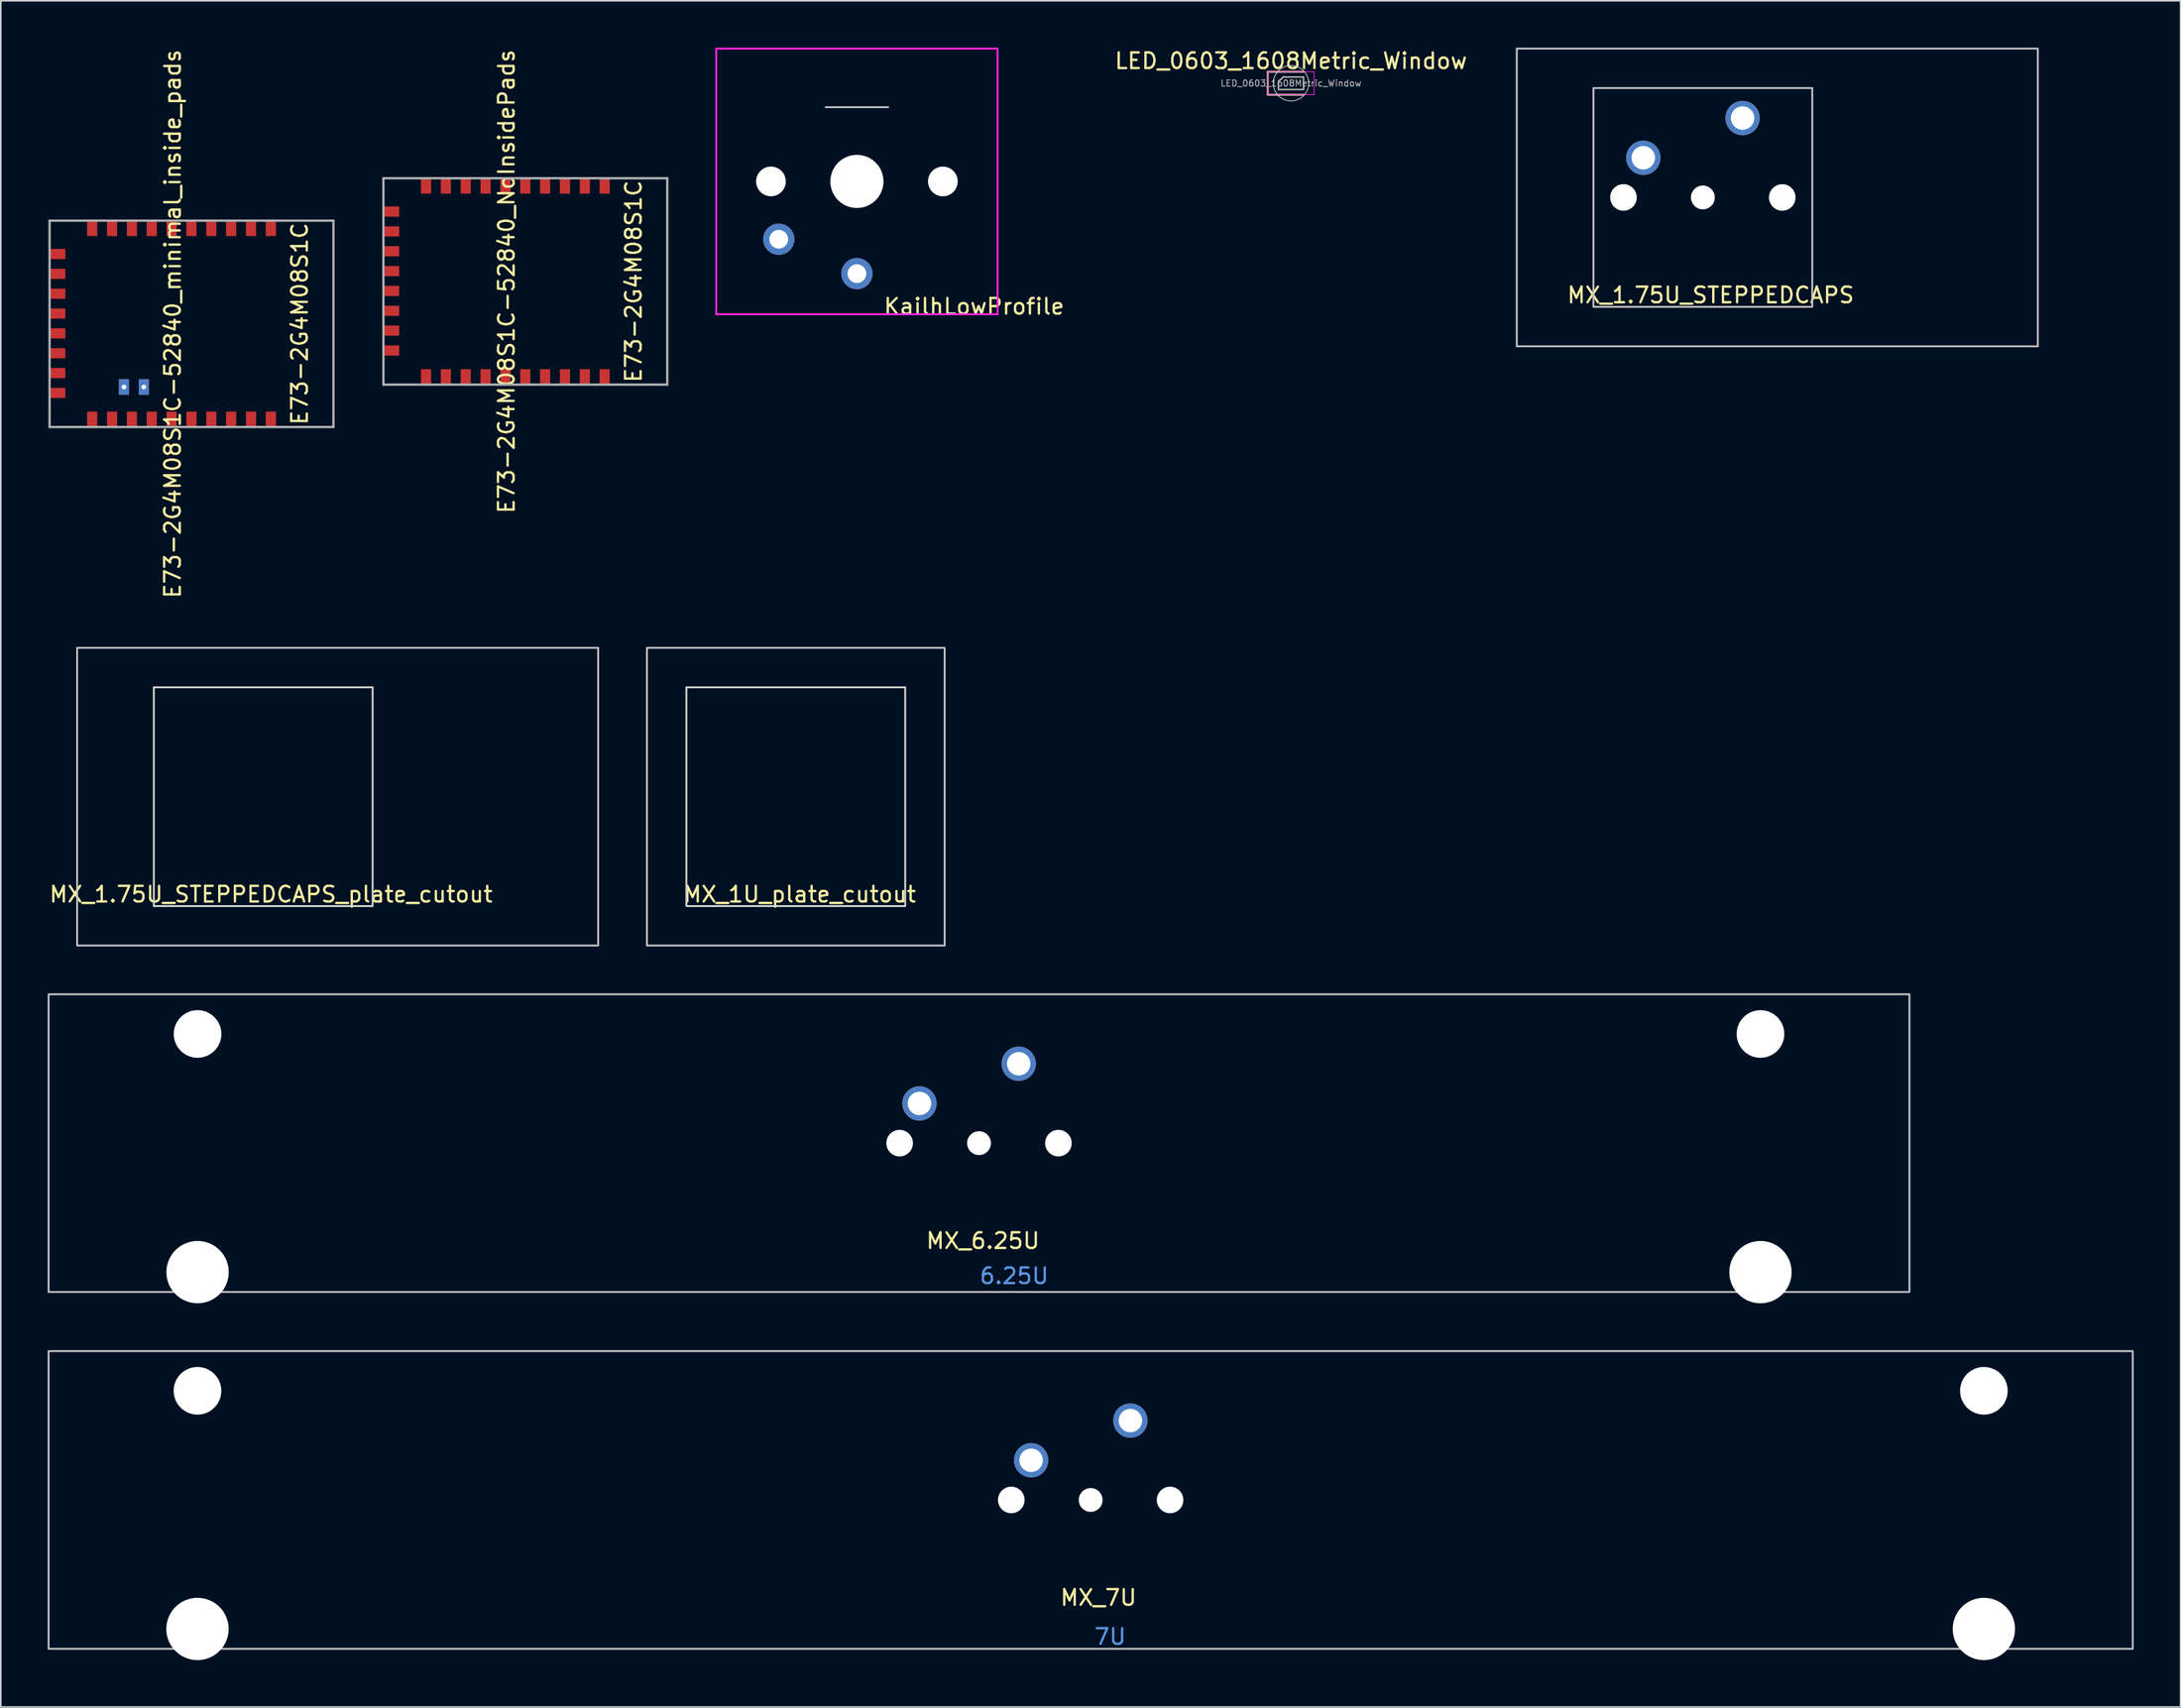
<source format=kicad_pcb>
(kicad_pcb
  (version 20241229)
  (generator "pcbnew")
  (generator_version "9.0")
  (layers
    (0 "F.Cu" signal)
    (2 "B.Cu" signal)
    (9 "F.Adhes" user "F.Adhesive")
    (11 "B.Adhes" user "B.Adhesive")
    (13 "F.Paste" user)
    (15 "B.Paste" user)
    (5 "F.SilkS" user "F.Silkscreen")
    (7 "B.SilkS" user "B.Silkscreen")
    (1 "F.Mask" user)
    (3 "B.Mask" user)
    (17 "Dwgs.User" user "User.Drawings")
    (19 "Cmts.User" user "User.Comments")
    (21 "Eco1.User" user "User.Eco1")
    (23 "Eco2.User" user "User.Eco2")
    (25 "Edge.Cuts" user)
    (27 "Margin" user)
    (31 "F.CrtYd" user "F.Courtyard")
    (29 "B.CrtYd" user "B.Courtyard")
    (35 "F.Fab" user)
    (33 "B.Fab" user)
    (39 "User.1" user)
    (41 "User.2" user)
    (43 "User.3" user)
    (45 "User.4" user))
  (footprint "MX_1.75U_STEPPEDCAPS_plate_cutout"
    (layer "F.Cu")
    (at 13.792 47.93)
    (property "Reference" "MX_1.75U_STEPPEDCAPS_plate_cutout" (at 0.5 6.25 0) (unlocked yes) (layer "F.SilkS") (effects (font (size 1 1) (thickness 0.15))))
    (fp_rect (start -11.906 -9.525) (end 21.431 9.525) (stroke (width 0.12) (type solid)) (fill no) (layer "Dwgs.User"))
    (fp_rect (start -7 -7) (end 7 7) (stroke (width 0.12) (type solid)) (fill no) (layer "Edge.Cuts")))
  (footprint "MX_7U"
    (layer "F.Cu")
    (at 66.735 92.934)
    (property "Reference" "MX_7U" (at 0.5 6.25 0) (unlocked yes) (layer "F.SilkS") (effects (font (size 1 1) (thickness 0.15))))
    (fp_rect (start -66.675 -9.525) (end 66.675 9.525) (stroke (width 0.12) (type solid)) (fill no) (layer "Dwgs.User"))
    (fp_text user "7U" (at 1.25 8.75 0) (unlocked yes) (layer "Cmts.User") (effects (font (size 1 1) (thickness 0.15))))
    (pad "" np_thru_hole circle (at -57.15 -6.985) (size 3.048 3.048) (drill 3.048) (layers "*.Cu" "*.Mask"))
    (pad "" np_thru_hole circle (at -57.15 8.255) (size 3.988 3.988) (drill 3.988) (layers "*.Cu" "*.Mask"))
    (pad "" np_thru_hole circle (at -5.08 0) (size 1.7 1.7) (drill 1.7) (layers "*.Cu" "*.Mask"))
    (pad "" np_thru_hole circle (at 0 0) (size 1.524 1.524) (drill 4) (layers "*.Cu" "*.Mask"))
    (pad "" np_thru_hole circle (at 5.08 0) (size 1.7 1.7) (drill 1.7) (layers "*.Cu" "*.Mask"))
    (pad "" np_thru_hole circle (at 57.15 -6.985) (size 3.048 3.048) (drill 3.048) (layers "*.Cu" "*.Mask"))
    (pad "" np_thru_hole circle (at 57.15 8.255) (size 3.988 3.988) (drill 3.988) (layers "*.Cu" "*.Mask"))
    (pad "1" thru_hole circle (at 2.54 -5.08) (size 2.2 2.2) (drill 1.5) (layers "*.Cu" "*.Mask"))
    (pad "2" thru_hole circle (at -3.81 -2.54) (size 2.2 2.2) (drill 1.5) (layers "*.Cu" "*.Mask")))
  (footprint "E73-2G4M08S1C-52840_minimal_inside_pads"
    (layer "F.Cu")
    (at 0.25 17.673)
    (property "Reference" "E73-2G4M08S1C-52840_minimal_inside_pads" (at 7.747 -0.000467 270) (layer "F.SilkS") (effects (font (size 1 1) (thickness 0.15))))
    (fp_line (start -0.127 -6.604) (end -0.127 6.604) (stroke (width 0.15) (type solid)) (layer "F.Fab"))
    (fp_line (start -0.127 6.604) (end 18.034 6.604) (stroke (width 0.15) (type solid)) (layer "F.Fab"))
    (fp_line (start 18.034 -6.604) (end -0.127 -6.604) (stroke (width 0.15) (type solid)) (layer "F.Fab"))
    (fp_line (start 18.034 6.604) (end 18.034 -6.604) (stroke (width 0.15) (type solid)) (layer "F.Fab"))
    (fp_text user "E73-2G4M08S1C" (at 15.875 0 90) (layer "F.SilkS") (effects (font (size 1 1) (thickness 0.15))))
    (pad "1" smd rect (at 14.03 -6.119) (size 0.65 1) (layers "F.Cu" "F.Mask" "F.Paste"))
    (pad "2" smd rect (at 12.76 -6.119) (size 0.65 1) (layers "F.Cu" "F.Mask" "F.Paste"))
    (pad "3" smd rect (at 11.49 -6.119) (size 0.65 1) (layers "F.Cu" "F.Mask" "F.Paste"))
    (pad "4" smd rect (at 10.22 -6.119) (size 0.65 1) (layers "F.Cu" "F.Mask" "F.Paste"))
    (pad "5" smd rect (at 8.95 -6.119) (size 0.65 1) (layers "F.Cu" "F.Mask" "F.Paste"))
    (pad "6" smd rect (at 7.68 -6.119) (size 0.65 1) (layers "F.Cu" "F.Mask" "F.Paste"))
    (pad "7" smd rect (at 6.41 -6.119) (size 0.65 1) (layers "F.Cu" "F.Mask" "F.Paste"))
    (pad "8" smd rect (at 5.14 -6.119) (size 0.65 1) (layers "F.Cu" "F.Mask" "F.Paste"))
    (pad "9" smd rect (at 3.87 -6.119) (size 0.65 1) (layers "F.Cu" "F.Mask" "F.Paste"))
    (pad "10" smd rect (at 2.6 -6.119) (size 0.65 1) (layers "F.Cu" "F.Mask" "F.Paste"))
    (pad "11" smd rect (at 0.381 -4.47 90) (size 0.65 1) (layers "F.Cu" "F.Mask" "F.Paste"))
    (pad "13" smd rect (at 0.381 -3.2 90) (size 0.65 1) (layers "F.Cu" "F.Mask" "F.Paste"))
    (pad "15" smd rect (at 0.381 -1.93 90) (size 0.65 1) (layers "F.Cu" "F.Mask" "F.Paste"))
    (pad "17" smd rect (at 0.381 -0.66 90) (size 0.65 1) (layers "F.Cu" "F.Mask" "F.Paste"))
    (pad "19" smd rect (at 0.381 0.61 90) (size 0.65 1) (layers "F.Cu" "F.Mask" "F.Paste"))
    (pad "21" smd rect (at 0.381 1.88 90) (size 0.65 1) (layers "F.Cu" "F.Mask" "F.Paste"))
    (pad "23" smd rect (at 0.381 3.15 90) (size 0.65 1) (layers "F.Cu" "F.Mask" "F.Paste"))
    (pad "25" smd rect (at 0.381 4.42 90) (size 0.65 1) (layers "F.Cu" "F.Mask" "F.Paste"))
    (pad "26" smd rect (at 2.6 6.119) (size 0.65 1) (layers "F.Cu" "F.Mask" "F.Paste"))
    (pad "27" smd rect (at 3.87 6.119) (size 0.65 1) (layers "F.Cu" "F.Mask" "F.Paste"))
    (pad "28" thru_hole rect (at 4.632 4.041) (size 0.65 1) (drill 0.3) (layers "*.Cu" "*.Mask"))
    (pad "29" smd rect (at 5.14 6.119) (size 0.65 1) (layers "F.Cu" "F.Mask" "F.Paste"))
    (pad "30" thru_hole rect (at 5.902 4.041) (size 0.65 1) (drill 0.3) (layers "*.Cu" "*.Mask"))
    (pad "31" smd rect (at 6.41 6.119) (size 0.65 1) (layers "F.Cu" "F.Mask" "F.Paste"))
    (pad "33" smd rect (at 7.68 6.119) (size 0.65 1) (layers "F.Cu" "F.Mask" "F.Paste"))
    (pad "35" smd rect (at 8.95 6.119) (size 0.65 1) (layers "F.Cu" "F.Mask" "F.Paste"))
    (pad "37" smd rect (at 10.22 6.119) (size 0.65 1) (layers "F.Cu" "F.Mask" "F.Paste"))
    (pad "39" smd rect (at 11.49 6.119) (size 0.65 1) (layers "F.Cu" "F.Mask" "F.Paste"))
    (pad "41" smd rect (at 12.76 6.119) (size 0.65 1) (layers "F.Cu" "F.Mask" "F.Paste"))
    (pad "43" smd rect (at 14.03 6.119) (size 0.65 1) (layers "F.Cu" "F.Mask" "F.Paste")))
  (footprint "MX_1U_plate_cutout"
    (layer "F.Cu")
    (at 47.868 47.93)
    (property "Reference" "MX_1U_plate_cutout" (at 0.25 6.25 0) (unlocked yes) (layer "F.SilkS") (effects (font (size 1 1) (thickness 0.15))))
    (fp_rect (start -9.525 -9.525) (end 9.525 9.525) (stroke (width 0.12) (type solid)) (fill no) (layer "Dwgs.User"))
    (fp_rect (start -7 -7) (end 7 7) (stroke (width 0.12) (type solid)) (fill no) (layer "Edge.Cuts")))
  (footprint "MX_1.75U_STEPPEDCAPS"
    (layer "F.Cu")
    (at 105.905 9.585)
    (property "Reference" "MX_1.75U_STEPPEDCAPS" (at 0.5 6.25 0) (unlocked yes) (layer "F.SilkS") (effects (font (size 1 1) (thickness 0.15))))
    (fp_rect (start -11.906 -9.525) (end 21.431 9.525) (stroke (width 0.12) (type solid)) (fill no) (layer "Dwgs.User"))
    (fp_rect (start -7 -7) (end 7 7) (stroke (width 0.12) (type solid)) (fill no) (layer "Dwgs.User"))
    (pad "" np_thru_hole circle (at -5.08 0) (size 1.7 1.7) (drill 1.7) (layers "*.Cu" "*.Mask"))
    (pad "" np_thru_hole circle (at 0 0) (size 1.524 1.524) (drill 4) (layers "*.Cu" "*.Mask"))
    (pad "" np_thru_hole circle (at 5.08 0) (size 1.7 1.7) (drill 1.7) (layers "*.Cu" "*.Mask"))
    (pad "1" thru_hole circle (at 2.54 -5.08) (size 2.2 2.2) (drill 1.5) (layers "*.Cu" "*.Mask"))
    (pad "2" thru_hole circle (at -3.81 -2.54) (size 2.2 2.2) (drill 1.5) (layers "*.Cu" "*.Mask")))
  (footprint "KailhLowProfile"
    (layer "F.Cu")
    (at 51.778 8.56)
    (property "Reference" "KailhLowProfile" (at 7.5 8 0) (layer "F.SilkS") (effects (font (size 1 1) (thickness 0.15))))
    (fp_line (start 0 -4.75) (end -2 -4.75) (stroke (width 0.12) (type solid)) (layer "Dwgs.User"))
    (fp_line (start 0 -4.75) (end 2 -4.75) (stroke (width 0.12) (type solid)) (layer "Dwgs.User"))
    (fp_line (start -7 -7) (end 7 -7) (stroke (width 0.15) (type solid)) (layer "Eco2.User"))
    (fp_line (start -7 7) (end -7 -7) (stroke (width 0.15) (type solid)) (layer "Eco2.User"))
    (fp_line (start 7 -7) (end 7 7) (stroke (width 0.15) (type solid)) (layer "Eco2.User"))
    (fp_line (start 7 7) (end -7 7) (stroke (width 0.15) (type solid)) (layer "Eco2.User"))
    (fp_line (start -9 -8.5) (end 9 -8.5) (stroke (width 0.12) (type solid)) (layer "F.CrtYd"))
    (fp_line (start -9 8.5) (end -9 -8.5) (stroke (width 0.12) (type solid)) (layer "F.CrtYd"))
    (fp_line (start 9 -8.5) (end 9 8.5) (stroke (width 0.12) (type solid)) (layer "F.CrtYd"))
    (fp_line (start 9 8.5) (end -9 8.5) (stroke (width 0.12) (type solid)) (layer "F.CrtYd"))
    (pad "" np_thru_hole circle (at -5.5 0 90) (size 1.9 1.9) (drill 1.9) (layers "*.Cu" "*.Mask"))
    (pad "" np_thru_hole circle (at 0 0 90) (size 3.4 3.4) (drill 3.4) (layers "*.Cu" "*.Mask"))
    (pad "" np_thru_hole circle (at 5.5 0 90) (size 1.9 1.9) (drill 1.9) (layers "*.Cu" "*.Mask"))
    (pad "1" thru_hole circle (at -5 3.7 90) (size 2 2) (drill 1.2) (layers "*.Cu" "*.Mask"))
    (pad "2" thru_hole circle (at 0 5.9 90) (size 2 2) (drill 1.2) (layers "*.Cu" "*.Mask")))
  (footprint "LED_0603_1608Metric_Window"
    (layer "F.Cu")
    (at 79.552 2.278)
    (property "Reference" "LED_0603_1608Metric_Window" (at 0 -1.43 0) (layer "F.SilkS") (effects (font (size 1 1) (thickness 0.15))))
    (attr smd)
    (fp_line (start -1.485 -0.735) (end -1.485 0.735) (stroke (width 0.12) (type solid)) (layer "F.SilkS"))
    (fp_line (start -1.485 0.735) (end 0.8 0.735) (stroke (width 0.12) (type solid)) (layer "F.SilkS"))
    (fp_line (start 0.8 -0.735) (end -1.485 -0.735) (stroke (width 0.12) (type solid)) (layer "F.SilkS"))
    (fp_circle (center 0 0) (end 0.8 0.8) (stroke (width 0.05) (type solid)) (fill no) (layer "Edge.Cuts"))
    (fp_line (start -1.48 -0.73) (end 1.48 -0.73) (stroke (width 0.05) (type solid)) (layer "F.CrtYd"))
    (fp_line (start -1.48 0.73) (end -1.48 -0.73) (stroke (width 0.05) (type solid)) (layer "F.CrtYd"))
    (fp_line (start 1.48 -0.73) (end 1.48 0.73) (stroke (width 0.05) (type solid)) (layer "F.CrtYd"))
    (fp_line (start 1.48 0.73) (end -1.48 0.73) (stroke (width 0.05) (type solid)) (layer "F.CrtYd"))
    (fp_line (start -0.8 -0.1) (end -0.8 0.4) (stroke (width 0.1) (type solid)) (layer "F.Fab"))
    (fp_line (start -0.8 0.4) (end 0.8 0.4) (stroke (width 0.1) (type solid)) (layer "F.Fab"))
    (fp_line (start -0.5 -0.4) (end -0.8 -0.1) (stroke (width 0.1) (type solid)) (layer "F.Fab"))
    (fp_line (start 0.8 -0.4) (end -0.5 -0.4) (stroke (width 0.1) (type solid)) (layer "F.Fab"))
    (fp_line (start 0.8 0.4) (end 0.8 -0.4) (stroke (width 0.1) (type solid)) (layer "F.Fab"))
    (fp_text user "${REFERENCE}" (at 0 0 0) (layer "F.Fab") (effects (font (size 0.4 0.4) (thickness 0.06)))))
  (footprint "MX_6.25U"
    (layer "F.Cu")
    (at 59.591 70.1)
    (property "Reference" "MX_6.25U" (at 0.25 6.25 0) (unlocked yes) (layer "F.SilkS") (effects (font (size 1 1) (thickness 0.15))))
    (fp_rect (start -59.531 -9.525) (end 59.531 9.525) (stroke (width 0.12) (type solid)) (fill no) (layer "Dwgs.User"))
    (fp_text user "6.25U" (at 2.25 8.5 0) (unlocked yes) (layer "Cmts.User") (effects (font (size 1 1) (thickness 0.15))))
    (pad "" np_thru_hole circle (at -50 -6.985) (size 3.048 3.048) (drill 3.048) (layers "*.Cu" "*.Mask"))
    (pad "" np_thru_hole circle (at -50 8.255) (size 3.988 3.988) (drill 3.988) (layers "*.Cu" "*.Mask"))
    (pad "" np_thru_hole circle (at -5.08 0) (size 1.7 1.7) (drill 1.7) (layers "*.Cu" "*.Mask"))
    (pad "" np_thru_hole circle (at 0 0) (size 1.524 1.524) (drill 4) (layers "*.Cu" "*.Mask"))
    (pad "" np_thru_hole circle (at 5.08 0) (size 1.7 1.7) (drill 1.7) (layers "*.Cu" "*.Mask"))
    (pad "" np_thru_hole circle (at 50 -6.985) (size 3.048 3.048) (drill 3.048) (layers "*.Cu" "*.Mask"))
    (pad "" np_thru_hole circle (at 50 8.255) (size 3.988 3.988) (drill 3.988) (layers "*.Cu" "*.Mask"))
    (pad "1" thru_hole circle (at 2.54 -5.08) (size 2.2 2.2) (drill 1.5) (layers "*.Cu" "*.Mask"))
    (pad "2" thru_hole circle (at -3.81 -2.54) (size 2.2 2.2) (drill 1.5) (layers "*.Cu" "*.Mask")))
  (footprint "E73-2G4M08S1C-52840_NoInsidePads"
    (layer "F.Cu")
    (at 21.609 14.959)
    (property "Reference" "E73-2G4M08S1C-52840_NoInsidePads" (at 7.747 -0.000467 270) (layer "F.SilkS") (effects (font (size 1 1) (thickness 0.15))))
    (fp_line (start -0.127 -6.604) (end -0.127 6.604) (stroke (width 0.15) (type solid)) (layer "F.Fab"))
    (fp_line (start -0.127 6.604) (end 18.034 6.604) (stroke (width 0.15) (type solid)) (layer "F.Fab"))
    (fp_line (start 18.034 -6.604) (end -0.127 -6.604) (stroke (width 0.15) (type solid)) (layer "F.Fab"))
    (fp_line (start 18.034 6.604) (end 18.034 -6.604) (stroke (width 0.15) (type solid)) (layer "F.Fab"))
    (fp_text user "E73-2G4M08S1C" (at 15.875 0 90) (layer "F.SilkS") (effects (font (size 1 1) (thickness 0.15))))
    (pad "1" smd rect (at 14.03 -6.119) (size 0.65 1) (layers "F.Cu" "F.Mask" "F.Paste"))
    (pad "2" smd rect (at 12.76 -6.119) (size 0.65 1) (layers "F.Cu" "F.Mask" "F.Paste"))
    (pad "3" smd rect (at 11.49 -6.119) (size 0.65 1) (layers "F.Cu" "F.Mask" "F.Paste"))
    (pad "4" smd rect (at 10.22 -6.119) (size 0.65 1) (layers "F.Cu" "F.Mask" "F.Paste"))
    (pad "5" smd rect (at 8.95 -6.119) (size 0.65 1) (layers "F.Cu" "F.Mask" "F.Paste"))
    (pad "6" smd rect (at 7.68 -6.119) (size 0.65 1) (layers "F.Cu" "F.Mask" "F.Paste"))
    (pad "7" smd rect (at 6.41 -6.119) (size 0.65 1) (layers "F.Cu" "F.Mask" "F.Paste"))
    (pad "8" smd rect (at 5.14 -6.119) (size 0.65 1) (layers "F.Cu" "F.Mask" "F.Paste"))
    (pad "9" smd rect (at 3.87 -6.119) (size 0.65 1) (layers "F.Cu" "F.Mask" "F.Paste"))
    (pad "10" smd rect (at 2.6 -6.119) (size 0.65 1) (layers "F.Cu" "F.Mask" "F.Paste"))
    (pad "11" smd rect (at 0.381 -4.47 90) (size 0.65 1) (layers "F.Cu" "F.Mask" "F.Paste"))
    (pad "13" smd rect (at 0.381 -3.2 90) (size 0.65 1) (layers "F.Cu" "F.Mask" "F.Paste"))
    (pad "15" smd rect (at 0.381 -1.93 90) (size 0.65 1) (layers "F.Cu" "F.Mask" "F.Paste"))
    (pad "17" smd rect (at 0.381 -0.66 90) (size 0.65 1) (layers "F.Cu" "F.Mask" "F.Paste"))
    (pad "19" smd rect (at 0.381 0.61 90) (size 0.65 1) (layers "F.Cu" "F.Mask" "F.Paste"))
    (pad "21" smd rect (at 0.381 1.88 90) (size 0.65 1) (layers "F.Cu" "F.Mask" "F.Paste"))
    (pad "23" smd rect (at 0.381 3.15 90) (size 0.65 1) (layers "F.Cu" "F.Mask" "F.Paste"))
    (pad "25" smd rect (at 0.381 4.42 90) (size 0.65 1) (layers "F.Cu" "F.Mask" "F.Paste"))
    (pad "26" smd rect (at 2.6 6.119) (size 0.65 1) (layers "F.Cu" "F.Mask" "F.Paste"))
    (pad "27" smd rect (at 3.87 6.119) (size 0.65 1) (layers "F.Cu" "F.Mask" "F.Paste"))
    (pad "29" smd rect (at 5.14 6.119) (size 0.65 1) (layers "F.Cu" "F.Mask" "F.Paste"))
    (pad "31" smd rect (at 6.41 6.119) (size 0.65 1) (layers "F.Cu" "F.Mask" "F.Paste"))
    (pad "33" smd rect (at 7.68 6.119) (size 0.65 1) (layers "F.Cu" "F.Mask" "F.Paste"))
    (pad "35" smd rect (at 8.95 6.119) (size 0.65 1) (layers "F.Cu" "F.Mask" "F.Paste"))
    (pad "37" smd rect (at 10.22 6.119) (size 0.65 1) (layers "F.Cu" "F.Mask" "F.Paste"))
    (pad "39" smd rect (at 11.49 6.119) (size 0.65 1) (layers "F.Cu" "F.Mask" "F.Paste"))
    (pad "41" smd rect (at 12.76 6.119) (size 0.65 1) (layers "F.Cu" "F.Mask" "F.Paste"))
    (pad "43" smd rect (at 14.03 6.119) (size 0.65 1) (layers "F.Cu" "F.Mask" "F.Paste")))
  (gr_rect
    (start -3 -3)
    (end 136.47 106.183)
    (stroke (width 0.1) (type default))
    (fill no)
    (layer "Edge.Cuts")))
</source>
